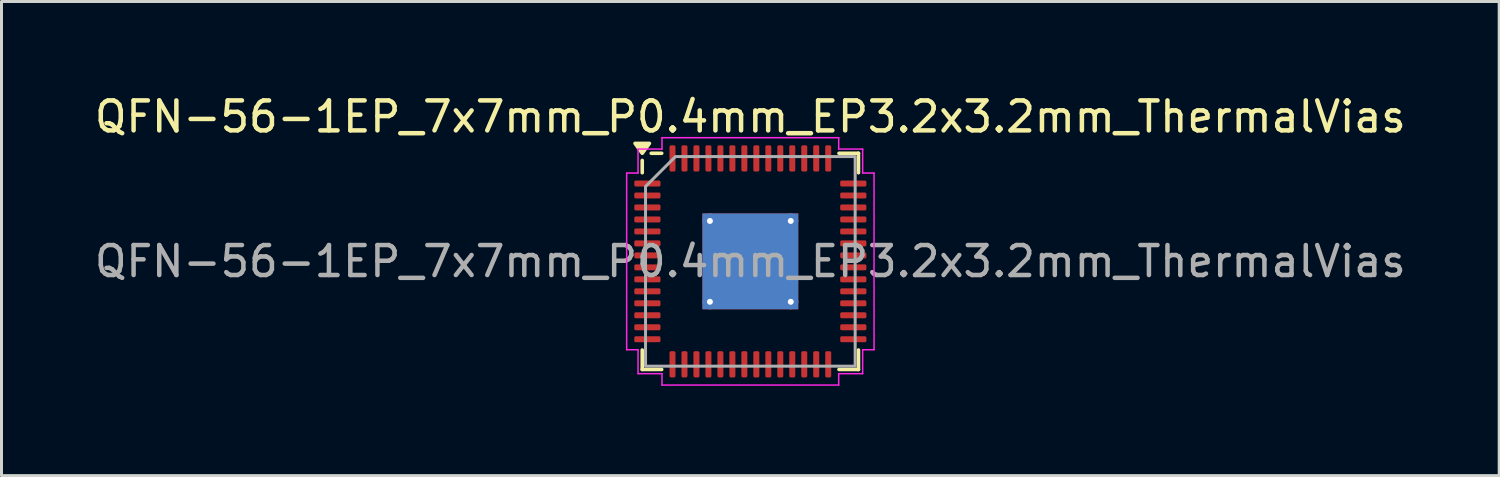
<source format=kicad_pcb>
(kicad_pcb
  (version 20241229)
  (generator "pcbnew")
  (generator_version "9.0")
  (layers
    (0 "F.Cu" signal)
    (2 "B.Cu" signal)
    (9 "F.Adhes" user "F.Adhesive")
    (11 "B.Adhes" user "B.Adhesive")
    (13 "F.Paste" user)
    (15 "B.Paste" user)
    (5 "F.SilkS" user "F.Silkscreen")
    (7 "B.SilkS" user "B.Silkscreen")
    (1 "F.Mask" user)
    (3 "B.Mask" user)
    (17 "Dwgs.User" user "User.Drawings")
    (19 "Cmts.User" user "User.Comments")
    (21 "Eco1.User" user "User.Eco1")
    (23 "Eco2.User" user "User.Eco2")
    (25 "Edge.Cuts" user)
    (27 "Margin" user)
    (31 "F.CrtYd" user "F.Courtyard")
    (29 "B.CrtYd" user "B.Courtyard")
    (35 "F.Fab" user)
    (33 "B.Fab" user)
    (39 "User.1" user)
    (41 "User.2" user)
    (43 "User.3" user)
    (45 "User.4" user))
  (footprint "QFN-56-1EP_7x7mm_P0.4mm_EP3.2x3.2mm_ThermalVias"
    (layer "F.Cu")
    (at 22.006 5.678)
    (property "Reference" "QFN-56-1EP_7x7mm_P0.4mm_EP3.2x3.2mm_ThermalVias" (at 0 -4.83 0) (layer "F.SilkS") (effects (font (size 1 1) (thickness 0.15))))
    (attr smd)
    (fp_line (start -3.61 -2.96) (end -3.61 -3.37) (stroke (width 0.12) (type solid)) (layer "F.SilkS"))
    (fp_line (start -3.61 3.61) (end -3.61 2.96) (stroke (width 0.12) (type solid)) (layer "F.SilkS"))
    (fp_line (start -2.96 -3.61) (end -3.31 -3.61) (stroke (width 0.12) (type solid)) (layer "F.SilkS"))
    (fp_line (start -2.96 3.61) (end -3.61 3.61) (stroke (width 0.12) (type solid)) (layer "F.SilkS"))
    (fp_line (start 2.96 -3.61) (end 3.61 -3.61) (stroke (width 0.12) (type solid)) (layer "F.SilkS"))
    (fp_line (start 2.96 3.61) (end 3.61 3.61) (stroke (width 0.12) (type solid)) (layer "F.SilkS"))
    (fp_line (start 3.61 -3.61) (end 3.61 -2.96) (stroke (width 0.12) (type solid)) (layer "F.SilkS"))
    (fp_line (start 3.61 3.61) (end 3.61 2.96) (stroke (width 0.12) (type solid)) (layer "F.SilkS"))
    (fp_poly (pts (xy -3.61 -3.61) (xy -3.85 -3.94) (xy -3.37 -3.94)) (stroke (width 0.12) (type solid)) (fill yes) (layer "F.SilkS"))
    (fp_line (start -4.13 -2.95) (end -3.75 -2.95) (stroke (width 0.05) (type solid)) (layer "F.CrtYd"))
    (fp_line (start -4.13 2.95) (end -4.13 -2.95) (stroke (width 0.05) (type solid)) (layer "F.CrtYd"))
    (fp_line (start -3.75 -3.75) (end -2.95 -3.75) (stroke (width 0.05) (type solid)) (layer "F.CrtYd"))
    (fp_line (start -3.75 -2.95) (end -3.75 -3.75) (stroke (width 0.05) (type solid)) (layer "F.CrtYd"))
    (fp_line (start -3.75 2.95) (end -4.13 2.95) (stroke (width 0.05) (type solid)) (layer "F.CrtYd"))
    (fp_line (start -3.75 3.75) (end -3.75 2.95) (stroke (width 0.05) (type solid)) (layer "F.CrtYd"))
    (fp_line (start -2.95 -4.13) (end 2.95 -4.13) (stroke (width 0.05) (type solid)) (layer "F.CrtYd"))
    (fp_line (start -2.95 -3.75) (end -2.95 -4.13) (stroke (width 0.05) (type solid)) (layer "F.CrtYd"))
    (fp_line (start -2.95 3.75) (end -3.75 3.75) (stroke (width 0.05) (type solid)) (layer "F.CrtYd"))
    (fp_line (start -2.95 4.13) (end -2.95 3.75) (stroke (width 0.05) (type solid)) (layer "F.CrtYd"))
    (fp_line (start 2.95 -4.13) (end 2.95 -3.75) (stroke (width 0.05) (type solid)) (layer "F.CrtYd"))
    (fp_line (start 2.95 -3.75) (end 3.75 -3.75) (stroke (width 0.05) (type solid)) (layer "F.CrtYd"))
    (fp_line (start 2.95 3.75) (end 2.95 4.13) (stroke (width 0.05) (type solid)) (layer "F.CrtYd"))
    (fp_line (start 2.95 4.13) (end -2.95 4.13) (stroke (width 0.05) (type solid)) (layer "F.CrtYd"))
    (fp_line (start 3.75 -3.75) (end 3.75 -2.95) (stroke (width 0.05) (type solid)) (layer "F.CrtYd"))
    (fp_line (start 3.75 -2.95) (end 4.13 -2.95) (stroke (width 0.05) (type solid)) (layer "F.CrtYd"))
    (fp_line (start 3.75 2.95) (end 3.75 3.75) (stroke (width 0.05) (type solid)) (layer "F.CrtYd"))
    (fp_line (start 3.75 3.75) (end 2.95 3.75) (stroke (width 0.05) (type solid)) (layer "F.CrtYd"))
    (fp_line (start 4.13 -2.95) (end 4.13 2.95) (stroke (width 0.05) (type solid)) (layer "F.CrtYd"))
    (fp_line (start 4.13 2.95) (end 3.75 2.95) (stroke (width 0.05) (type solid)) (layer "F.CrtYd"))
    (fp_poly (pts (xy -3.5 -2.5) (xy -3.5 3.5) (xy 3.5 3.5) (xy 3.5 -3.5) (xy -2.5 -3.5)) (stroke (width 0.1) (type solid)) (fill no) (layer "F.Fab"))
    (fp_text user "${REFERENCE}" (at 0 0 0) (layer "F.Fab") (effects (font (size 1 1) (thickness 0.15))))
    (pad "" smd roundrect (at -0.8 -0.8) (size 1.24 1.24) (layers "F.Paste") (roundrect_rratio 0.202))
    (pad "" smd roundrect (at -0.8 0.8) (size 1.24 1.24) (layers "F.Paste") (roundrect_rratio 0.202))
    (pad "" smd roundrect (at 0.8 -0.8) (size 1.24 1.24) (layers "F.Paste") (roundrect_rratio 0.202))
    (pad "" smd roundrect (at 0.8 0.8) (size 1.24 1.24) (layers "F.Paste") (roundrect_rratio 0.202))
    (pad "1" smd roundrect (at -3.438 -2.6) (size 0.875 0.2) (layers "F.Cu" "F.Mask" "F.Paste") (roundrect_rratio 0.25))
    (pad "2" smd roundrect (at -3.438 -2.2) (size 0.875 0.2) (layers "F.Cu" "F.Mask" "F.Paste") (roundrect_rratio 0.25))
    (pad "3" smd roundrect (at -3.438 -1.8) (size 0.875 0.2) (layers "F.Cu" "F.Mask" "F.Paste") (roundrect_rratio 0.25))
    (pad "4" smd roundrect (at -3.438 -1.4) (size 0.875 0.2) (layers "F.Cu" "F.Mask" "F.Paste") (roundrect_rratio 0.25))
    (pad "5" smd roundrect (at -3.438 -1) (size 0.875 0.2) (layers "F.Cu" "F.Mask" "F.Paste") (roundrect_rratio 0.25))
    (pad "6" smd roundrect (at -3.438 -0.6) (size 0.875 0.2) (layers "F.Cu" "F.Mask" "F.Paste") (roundrect_rratio 0.25))
    (pad "7" smd roundrect (at -3.438 -0.2) (size 0.875 0.2) (layers "F.Cu" "F.Mask" "F.Paste") (roundrect_rratio 0.25))
    (pad "8" smd roundrect (at -3.438 0.2) (size 0.875 0.2) (layers "F.Cu" "F.Mask" "F.Paste") (roundrect_rratio 0.25))
    (pad "9" smd roundrect (at -3.438 0.6) (size 0.875 0.2) (layers "F.Cu" "F.Mask" "F.Paste") (roundrect_rratio 0.25))
    (pad "10" smd roundrect (at -3.438 1) (size 0.875 0.2) (layers "F.Cu" "F.Mask" "F.Paste") (roundrect_rratio 0.25))
    (pad "11" smd roundrect (at -3.438 1.4) (size 0.875 0.2) (layers "F.Cu" "F.Mask" "F.Paste") (roundrect_rratio 0.25))
    (pad "12" smd roundrect (at -3.438 1.8) (size 0.875 0.2) (layers "F.Cu" "F.Mask" "F.Paste") (roundrect_rratio 0.25))
    (pad "13" smd roundrect (at -3.438 2.2) (size 0.875 0.2) (layers "F.Cu" "F.Mask" "F.Paste") (roundrect_rratio 0.25))
    (pad "14" smd roundrect (at -3.438 2.6) (size 0.875 0.2) (layers "F.Cu" "F.Mask" "F.Paste") (roundrect_rratio 0.25))
    (pad "15" smd roundrect (at -2.6 3.438) (size 0.2 0.875) (layers "F.Cu" "F.Mask" "F.Paste") (roundrect_rratio 0.25))
    (pad "16" smd roundrect (at -2.2 3.438) (size 0.2 0.875) (layers "F.Cu" "F.Mask" "F.Paste") (roundrect_rratio 0.25))
    (pad "17" smd roundrect (at -1.8 3.438) (size 0.2 0.875) (layers "F.Cu" "F.Mask" "F.Paste") (roundrect_rratio 0.25))
    (pad "18" smd roundrect (at -1.4 3.438) (size 0.2 0.875) (layers "F.Cu" "F.Mask" "F.Paste") (roundrect_rratio 0.25))
    (pad "19" smd roundrect (at -1 3.438) (size 0.2 0.875) (layers "F.Cu" "F.Mask" "F.Paste") (roundrect_rratio 0.25))
    (pad "20" smd roundrect (at -0.6 3.438) (size 0.2 0.875) (layers "F.Cu" "F.Mask" "F.Paste") (roundrect_rratio 0.25))
    (pad "21" smd roundrect (at -0.2 3.438) (size 0.2 0.875) (layers "F.Cu" "F.Mask" "F.Paste") (roundrect_rratio 0.25))
    (pad "22" smd roundrect (at 0.2 3.438) (size 0.2 0.875) (layers "F.Cu" "F.Mask" "F.Paste") (roundrect_rratio 0.25))
    (pad "23" smd roundrect (at 0.6 3.438) (size 0.2 0.875) (layers "F.Cu" "F.Mask" "F.Paste") (roundrect_rratio 0.25))
    (pad "24" smd roundrect (at 1 3.438) (size 0.2 0.875) (layers "F.Cu" "F.Mask" "F.Paste") (roundrect_rratio 0.25))
    (pad "25" smd roundrect (at 1.4 3.438) (size 0.2 0.875) (layers "F.Cu" "F.Mask" "F.Paste") (roundrect_rratio 0.25))
    (pad "26" smd roundrect (at 1.8 3.438) (size 0.2 0.875) (layers "F.Cu" "F.Mask" "F.Paste") (roundrect_rratio 0.25))
    (pad "27" smd roundrect (at 2.2 3.438) (size 0.2 0.875) (layers "F.Cu" "F.Mask" "F.Paste") (roundrect_rratio 0.25))
    (pad "28" smd roundrect (at 2.6 3.438) (size 0.2 0.875) (layers "F.Cu" "F.Mask" "F.Paste") (roundrect_rratio 0.25))
    (pad "29" smd roundrect (at 3.438 2.6) (size 0.875 0.2) (layers "F.Cu" "F.Mask" "F.Paste") (roundrect_rratio 0.25))
    (pad "30" smd roundrect (at 3.438 2.2) (size 0.875 0.2) (layers "F.Cu" "F.Mask" "F.Paste") (roundrect_rratio 0.25))
    (pad "31" smd roundrect (at 3.438 1.8) (size 0.875 0.2) (layers "F.Cu" "F.Mask" "F.Paste") (roundrect_rratio 0.25))
    (pad "32" smd roundrect (at 3.438 1.4) (size 0.875 0.2) (layers "F.Cu" "F.Mask" "F.Paste") (roundrect_rratio 0.25))
    (pad "33" smd roundrect (at 3.438 1) (size 0.875 0.2) (layers "F.Cu" "F.Mask" "F.Paste") (roundrect_rratio 0.25))
    (pad "34" smd roundrect (at 3.438 0.6) (size 0.875 0.2) (layers "F.Cu" "F.Mask" "F.Paste") (roundrect_rratio 0.25))
    (pad "35" smd roundrect (at 3.438 0.2) (size 0.875 0.2) (layers "F.Cu" "F.Mask" "F.Paste") (roundrect_rratio 0.25))
    (pad "36" smd roundrect (at 3.438 -0.2) (size 0.875 0.2) (layers "F.Cu" "F.Mask" "F.Paste") (roundrect_rratio 0.25))
    (pad "37" smd roundrect (at 3.438 -0.6) (size 0.875 0.2) (layers "F.Cu" "F.Mask" "F.Paste") (roundrect_rratio 0.25))
    (pad "38" smd roundrect (at 3.438 -1) (size 0.875 0.2) (layers "F.Cu" "F.Mask" "F.Paste") (roundrect_rratio 0.25))
    (pad "39" smd roundrect (at 3.438 -1.4) (size 0.875 0.2) (layers "F.Cu" "F.Mask" "F.Paste") (roundrect_rratio 0.25))
    (pad "40" smd roundrect (at 3.438 -1.8) (size 0.875 0.2) (layers "F.Cu" "F.Mask" "F.Paste") (roundrect_rratio 0.25))
    (pad "41" smd roundrect (at 3.438 -2.2) (size 0.875 0.2) (layers "F.Cu" "F.Mask" "F.Paste") (roundrect_rratio 0.25))
    (pad "42" smd roundrect (at 3.438 -2.6) (size 0.875 0.2) (layers "F.Cu" "F.Mask" "F.Paste") (roundrect_rratio 0.25))
    (pad "43" smd roundrect (at 2.6 -3.438) (size 0.2 0.875) (layers "F.Cu" "F.Mask" "F.Paste") (roundrect_rratio 0.25))
    (pad "44" smd roundrect (at 2.2 -3.438) (size 0.2 0.875) (layers "F.Cu" "F.Mask" "F.Paste") (roundrect_rratio 0.25))
    (pad "45" smd roundrect (at 1.8 -3.438) (size 0.2 0.875) (layers "F.Cu" "F.Mask" "F.Paste") (roundrect_rratio 0.25))
    (pad "46" smd roundrect (at 1.4 -3.438) (size 0.2 0.875) (layers "F.Cu" "F.Mask" "F.Paste") (roundrect_rratio 0.25))
    (pad "47" smd roundrect (at 1 -3.438) (size 0.2 0.875) (layers "F.Cu" "F.Mask" "F.Paste") (roundrect_rratio 0.25))
    (pad "48" smd roundrect (at 0.6 -3.438) (size 0.2 0.875) (layers "F.Cu" "F.Mask" "F.Paste") (roundrect_rratio 0.25))
    (pad "49" smd roundrect (at 0.2 -3.438) (size 0.2 0.875) (layers "F.Cu" "F.Mask" "F.Paste") (roundrect_rratio 0.25))
    (pad "50" smd roundrect (at -0.2 -3.438) (size 0.2 0.875) (layers "F.Cu" "F.Mask" "F.Paste") (roundrect_rratio 0.25))
    (pad "51" smd roundrect (at -0.6 -3.438) (size 0.2 0.875) (layers "F.Cu" "F.Mask" "F.Paste") (roundrect_rratio 0.25))
    (pad "52" smd roundrect (at -1 -3.438) (size 0.2 0.875) (layers "F.Cu" "F.Mask" "F.Paste") (roundrect_rratio 0.25))
    (pad "53" smd roundrect (at -1.4 -3.438) (size 0.2 0.875) (layers "F.Cu" "F.Mask" "F.Paste") (roundrect_rratio 0.25))
    (pad "54" smd roundrect (at -1.8 -3.438) (size 0.2 0.875) (layers "F.Cu" "F.Mask" "F.Paste") (roundrect_rratio 0.25))
    (pad "55" smd roundrect (at -2.2 -3.438) (size 0.2 0.875) (layers "F.Cu" "F.Mask" "F.Paste") (roundrect_rratio 0.25))
    (pad "56" smd roundrect (at -2.6 -3.438) (size 0.2 0.875) (layers "F.Cu" "F.Mask" "F.Paste") (roundrect_rratio 0.25))
    (pad "57" thru_hole circle (at -1.35 -1.35) (size 0.5 0.5) (drill 0.2) (property pad_prop_heatsink) (layers "*.Cu"))
    (pad "57" thru_hole circle (at -1.35 1.35) (size 0.5 0.5) (drill 0.2) (property pad_prop_heatsink) (layers "*.Cu"))
    (pad "57" smd rect (at 0 0) (size 3.2 3.2) (property pad_prop_heatsink) (layers "F.Cu" "F.Mask"))
    (pad "57" smd rect (at 0 0) (size 3.2 3.2) (property pad_prop_heatsink) (layers "B.Cu"))
    (pad "57" thru_hole circle (at 1.35 -1.35) (size 0.5 0.5) (drill 0.2) (property pad_prop_heatsink) (layers "*.Cu"))
    (pad "57" thru_hole circle (at 1.35 1.35) (size 0.5 0.5) (drill 0.2) (property pad_prop_heatsink) (layers "*.Cu")))
  (gr_rect
    (start -3 -3)
    (end 47.012 12.833)
    (stroke (width 0.1) (type default))
    (fill no)
    (layer "Edge.Cuts")))
</source>
